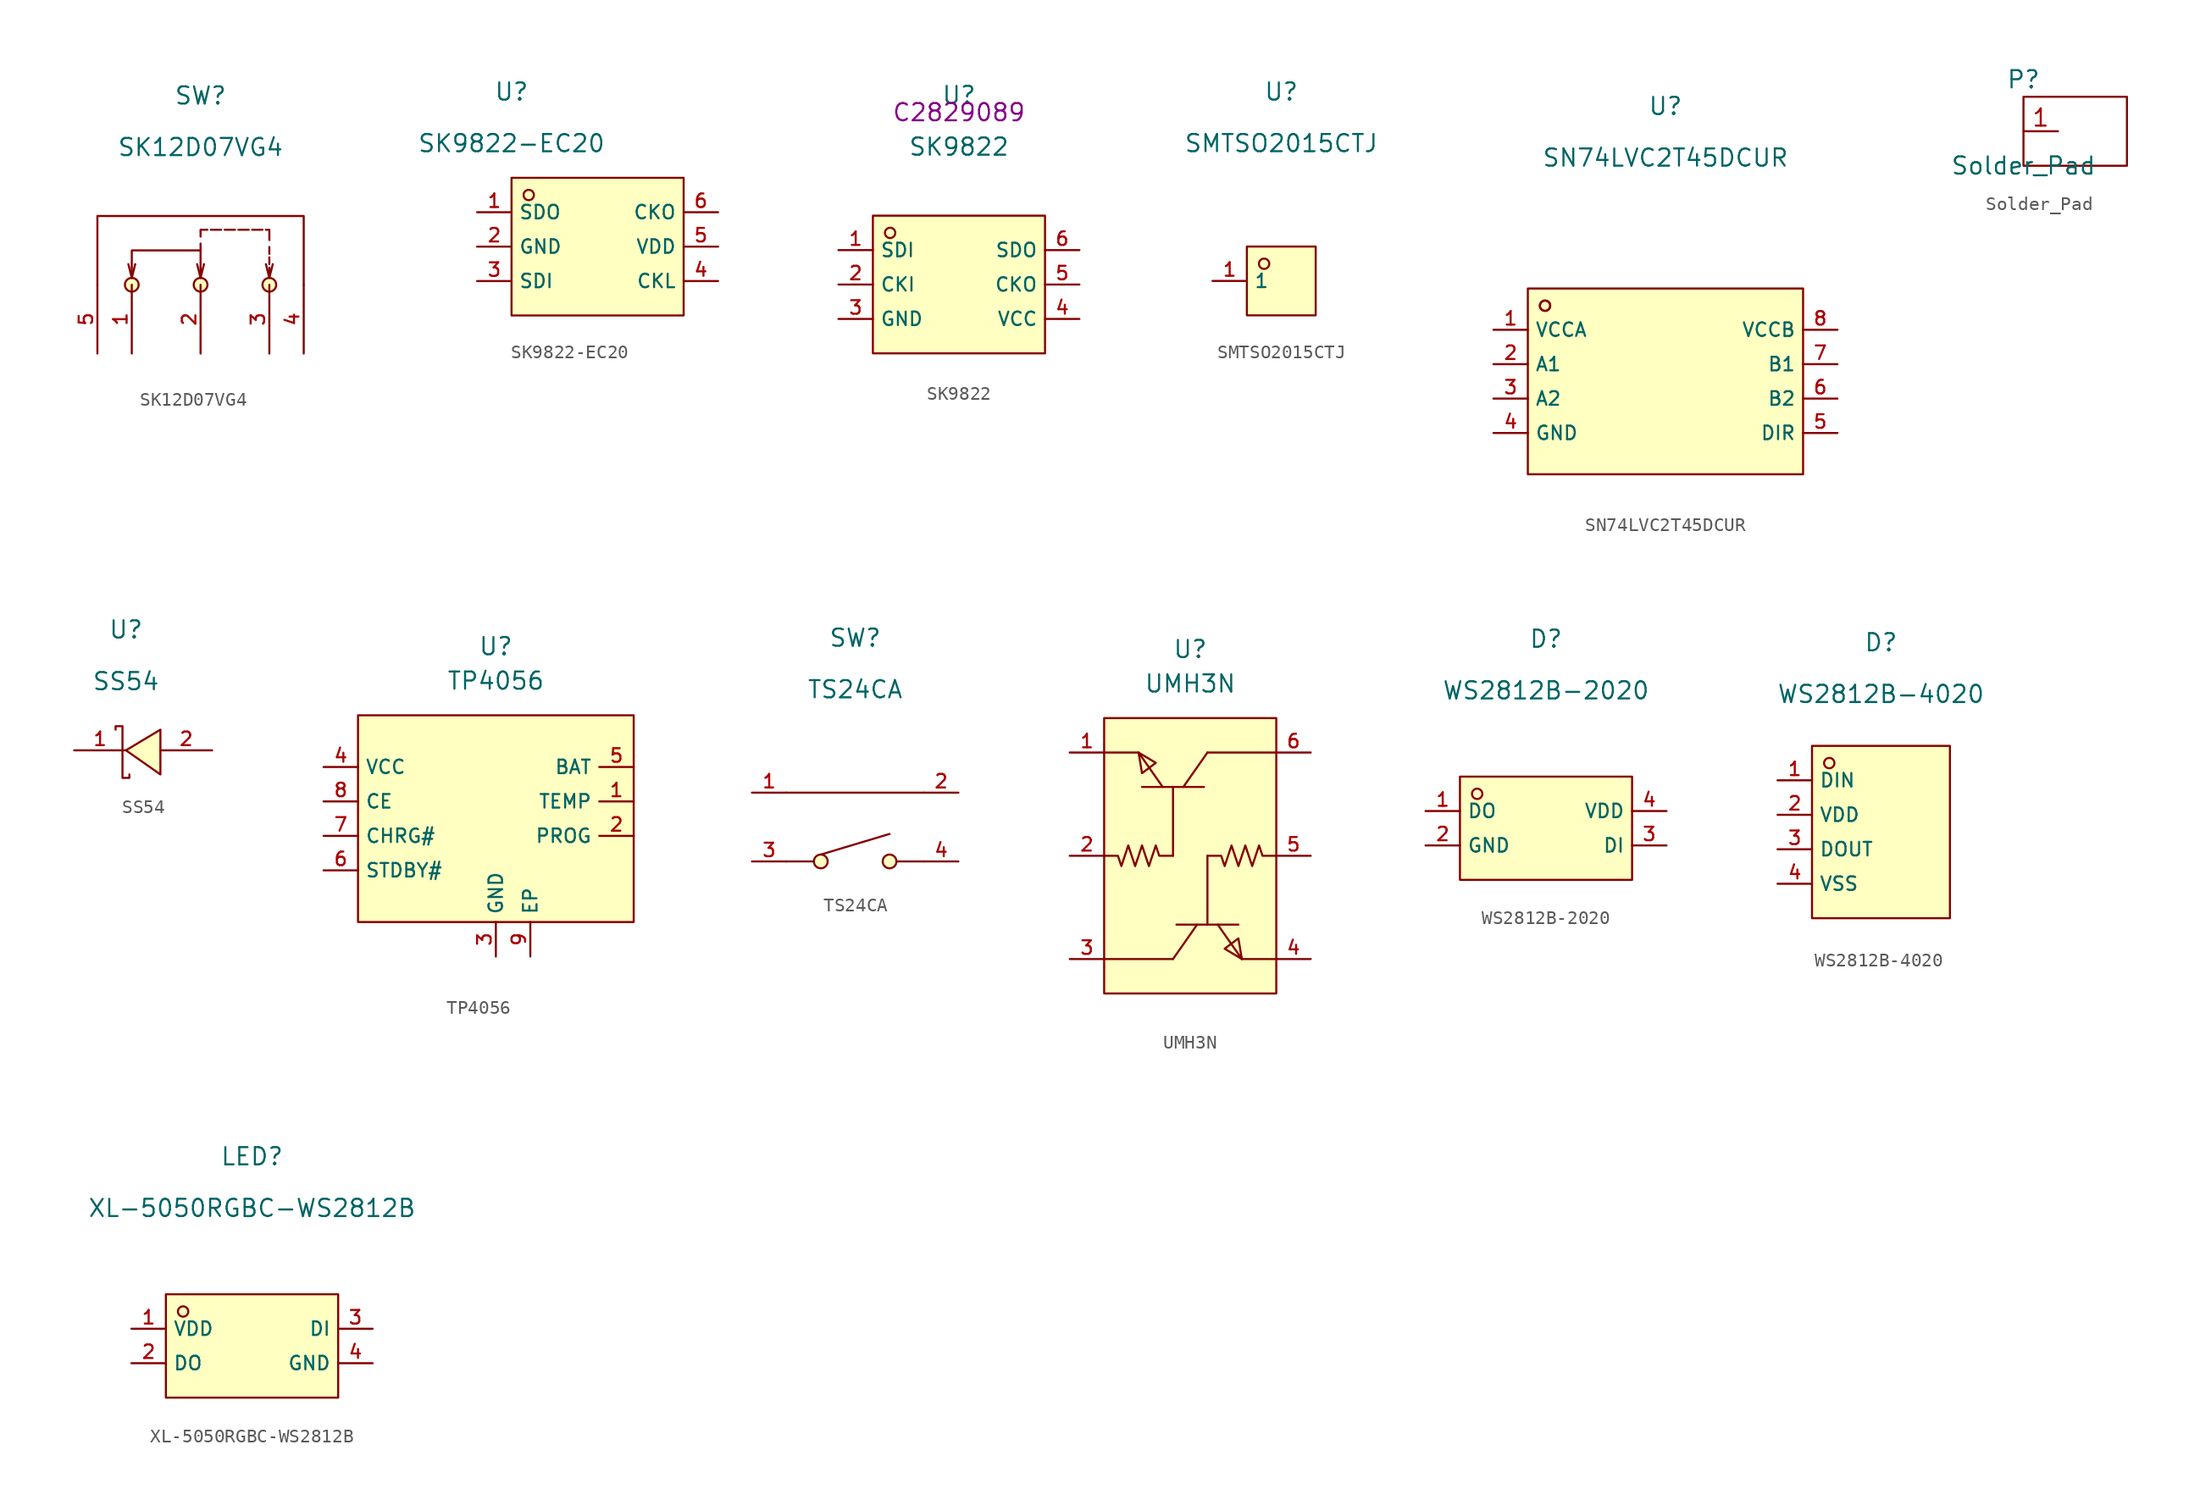
<source format=kicad_sym>
(kicad_symbol_lib
  (version 20220914)
  (generator kicad_symbol_editor)
  (symbol "SK12D07VG4"
    (pin_names hide)
    (property "Reference" "SW"
      (at 0 1.27 0)
      (effects (font (size 1.27 1.27))))
    (property "Value" "SK12D07VG4"
      (at 0 -2.54 0)
      (effects (font (size 1.27 1.27))))
    (symbol "SK12D07VG4_0_0"
      (circle (center -5.08 -12.7) (radius 0.508) (stroke (width 0) (type default)) (fill (type background)))
      (circle (center 0 -12.7) (radius 0.508) (stroke (width 0) (type default)) (fill (type background)))
      (polyline (pts (xy -5.08 -12.192) (xy -5.334 -11.176)) (stroke (width 0) (type default)) (fill (type none)))
      (polyline (pts (xy 0 -12.192) (xy -0.254 -11.176)) (stroke (width 0) (type default)) (fill (type none)))
      (polyline (pts (xy 0 -10.16) (xy 0 -9.652)) (stroke (width 0) (type default)) (fill (type none)))
      (polyline (pts (xy 0.762 -8.636) (xy 1.524 -8.636)) (stroke (width 0) (type default)) (fill (type none)))
      (polyline (pts (xy 1.778 -8.636) (xy 2.54 -8.636)) (stroke (width 0) (type default)) (fill (type none)))
      (polyline (pts (xy 2.794 -8.636) (xy 3.556 -8.636)) (stroke (width 0) (type default)) (fill (type none)))
      (polyline (pts (xy 3.81 -8.636) (xy 4.572 -8.636)) (stroke (width 0) (type default)) (fill (type none)))
      (polyline (pts (xy 5.08 -12.192) (xy 4.826 -11.176)) (stroke (width 0) (type default)) (fill (type none)))
      (polyline (pts (xy 5.08 -10.668) (xy 5.08 -11.176)) (stroke (width 0) (type default)) (fill (type none)))
      (polyline (pts (xy 5.08 -9.906) (xy 5.08 -10.414)) (stroke (width 0) (type default)) (fill (type none)))
      (polyline (pts (xy -5.08 -12.192) (xy -4.826 -11.176) (xy -4.826 -11.176)) (stroke (width 0) (type default)) (fill (type none)))
      (polyline (pts (xy 0 -9.144) (xy 0 -8.636) (xy 0.508 -8.636)) (stroke (width 0) (type default)) (fill (type none)))
      (polyline (pts (xy 4.826 -8.636) (xy 5.08 -8.636) (xy 5.08 -9.398)) (stroke (width 0) (type default)) (fill (type none)))
      (polyline (pts (xy 5.08 -11.43) (xy 5.08 -12.192) (xy 5.334 -11.176)) (stroke (width 0) (type default)) (fill (type none)))
      (polyline (pts (xy -7.62 -12.7) (xy -7.62 -7.62) (xy 7.62 -7.62) (xy 7.62 -12.7)) (stroke (width 0) (type default)) (fill (type none)))
      (polyline (pts (xy -5.08 -12.192) (xy -5.08 -10.16) (xy 0 -10.16) (xy 0 -12.192) (xy 0.254 -11.176)) (stroke (width 0) (type default)) (fill (type none)))
      (circle (center 5.08 -12.7) (radius 0.508) (stroke (width 0) (type default)) (fill (type background)))
      (pin unspecified line (at -5.08 -17.78 90) (length 5.08) (name "1" (effects (font (size 1 1)))) (number "1" (effects (font (size 1 1)))))
      (pin unspecified line (at 0 -17.78 90) (length 5.08) (name "2" (effects (font (size 1 1)))) (number "2" (effects (font (size 1 1)))))
      (pin unspecified line (at 5.08 -17.78 90) (length 5.08) (name "3" (effects (font (size 1 1)))) (number "3" (effects (font (size 1 1)))))
      (pin unspecified line (at 7.62 -17.78 90) (length 5.08) (name "4" (effects (font (size 1 1)))) (number "4" (effects (font (size 1 1)))))
      (pin unspecified line (at -7.62 -17.78 90) (length 5.08) (name "5" (effects (font (size 1 1)))) (number "5" (effects (font (size 1 1)))))))
  (symbol "SK9822-EC20"
    (property "Reference" "U"
      (at 0 1.27 0)
      (effects (font (size 1.27 1.27))))
    (property "Value" "SK9822-EC20"
      (at 0 -2.54 0)
      (effects (font (size 1.27 1.27))))
    (symbol "SK9822-EC20_0_0"
      (rectangle (start 0 -5.08) (end 12.7 -15.24) (stroke (width 0) (type default)) (fill (type background)))
      (circle (center 1.27 -6.35) (radius 0.381) (stroke (width 0) (type default)) (fill (type background)))
      (pin unspecified line (at -2.54 -7.62 0) (length 2.54) (name "SDO" (effects (font (size 1 1)))) (number "1" (effects (font (size 1 1)))))
      (pin unspecified line (at -2.54 -10.16 0) (length 2.54) (name "GND" (effects (font (size 1 1)))) (number "2" (effects (font (size 1 1)))))
      (pin unspecified line (at -2.54 -12.7 0) (length 2.54) (name "SDI" (effects (font (size 1 1)))) (number "3" (effects (font (size 1 1)))))
      (pin unspecified line (at 15.24 -12.7 180) (length 2.54) (name "CKL" (effects (font (size 1 1)))) (number "4" (effects (font (size 1 1)))))
      (pin unspecified line (at 15.24 -10.16 180) (length 2.54) (name "VDD" (effects (font (size 1 1)))) (number "5" (effects (font (size 1 1)))))
      (pin unspecified line (at 15.24 -7.62 180) (length 2.54) (name "CKO" (effects (font (size 1 1)))) (number "6" (effects (font (size 1 1)))))))
  (symbol "SK9822"
    (property "Reference" "U"
      (at 0 1.27 0)
      (effects (font (size 1.27 1.27))))
    (property "Value" "SK9822"
      (at 0 -2.54 0)
      (effects (font (size 1.27 1.27))))
    (property "LCSC" "C2829089"
      (at 0 0 0)
      (effects (font (size 1.27 1.27))))
    (symbol "SK9822_0_0"
      (rectangle (start -6.35 -7.62) (end 6.35 -17.78) (stroke (width 0) (type default)) (fill (type background)))
      (circle (center -5.08 -8.89) (radius 0.381) (stroke (width 0) (type default)) (fill (type background)))
      (pin unspecified line (at -8.89 -10.16 0) (length 2.54) (name "SDI" (effects (font (size 1 1)))) (number "1" (effects (font (size 1 1)))))
      (pin unspecified line (at -8.89 -12.7 0) (length 2.54) (name "CKI" (effects (font (size 1 1)))) (number "2" (effects (font (size 1 1)))))
      (pin unspecified line (at -8.89 -15.24 0) (length 2.54) (name "GND" (effects (font (size 1 1)))) (number "3" (effects (font (size 1 1)))))
      (pin unspecified line (at 8.89 -15.24 180) (length 2.54) (name "VCC" (effects (font (size 1 1)))) (number "4" (effects (font (size 1 1)))))
      (pin unspecified line (at 8.89 -12.7 180) (length 2.54) (name "CKO" (effects (font (size 1 1)))) (number "5" (effects (font (size 1 1)))))
      (pin unspecified line (at 8.89 -10.16 180) (length 2.54) (name "SDO" (effects (font (size 1 1)))) (number "6" (effects (font (size 1 1)))))))
  (symbol "SMTSO2015CTJ"
    (property "Reference" "U"
      (at 0 1.27 0)
      (effects (font (size 1.27 1.27))))
    (property "Value" "SMTSO2015CTJ"
      (at 0 -2.54 0)
      (effects (font (size 1.27 1.27))))
    (symbol "SMTSO2015CTJ_0_0"
      (rectangle (start -2.54 -10.16) (end 2.54 -15.24) (stroke (width 0) (type default)) (fill (type background)))
      (circle (center -1.27 -11.43) (radius 0.381) (stroke (width 0) (type default)) (fill (type background)))
      (pin unspecified line (at -5.08 -12.7 0) (length 2.54) (name "1" (effects (font (size 1 1)))) (number "1" (effects (font (size 1 1)))))))
  (symbol "SN74LVC2T45DCUR"
    (property "Reference" "U"
      (at 0 1.27 0)
      (effects (font (size 1.27 1.27))))
    (property "Value" "SN74LVC2T45DCUR"
      (at 0 -2.54 0)
      (effects (font (size 1.27 1.27))))
    (symbol "SN74LVC2T45DCUR_0_0"
      (rectangle (start -10.16 -12.192) (end 10.16 -25.908) (stroke (width 0) (type default)) (fill (type background)))
      (circle (center -8.89 -13.462) (radius 0.381) (stroke (width 0) (type default)) (fill (type background)))
      (circle (center -8.89 -13.462) (radius 0.381) (stroke (width 0) (type default)) (fill (type background)))
      (pin unspecified line (at -12.7 -15.24 0) (length 2.54) (name "VCCA" (effects (font (size 1 1)))) (number "1" (effects (font (size 1 1)))))
      (pin unspecified line (at -12.7 -17.78 0) (length 2.54) (name "A1" (effects (font (size 1 1)))) (number "2" (effects (font (size 1 1)))))
      (pin unspecified line (at -12.7 -20.32 0) (length 2.54) (name "A2" (effects (font (size 1 1)))) (number "3" (effects (font (size 1 1)))))
      (pin unspecified line (at -12.7 -22.86 0) (length 2.54) (name "GND" (effects (font (size 1 1)))) (number "4" (effects (font (size 1 1)))))
      (pin unspecified line (at 12.7 -22.86 180) (length 2.54) (name "DIR" (effects (font (size 1 1)))) (number "5" (effects (font (size 1 1)))))
      (pin unspecified line (at 12.7 -20.32 180) (length 2.54) (name "B2" (effects (font (size 1 1)))) (number "6" (effects (font (size 1 1)))))
      (pin unspecified line (at 12.7 -17.78 180) (length 2.54) (name "B1" (effects (font (size 1 1)))) (number "7" (effects (font (size 1 1)))))
      (pin unspecified line (at 12.7 -15.24 180) (length 2.54) (name "VCCB" (effects (font (size 1 1)))) (number "8" (effects (font (size 1 1)))))))
  (symbol "Solder_Pad"
    (property "Reference" "P"
      (at 0 3.81 0)
      (effects (font (size 1.27 1.27))))
    (property "Value" "Solder_Pad"
      (at 0 -2.54 0)
      (effects (font (size 1.27 1.27))))
    (symbol "Solder_Pad_0_1"
      (rectangle (start 0 2.54) (end 7.62 -2.54) (stroke (width 0.152) (type default)) (fill (type none))))
    (symbol "Solder_Pad_1_1"
      (pin bidirectional line (at 0 0 0) (length 2.54) (name "" (effects (font (size 1.27 1.27)))) (number "1" (effects (font (size 1.27 1.27)))))))
  (symbol "SS54"
    (pin_names hide)
    (property "Reference" "U"
      (at -1.27 8.89 0)
      (effects (font (size 1.27 1.27))))
    (property "Value" "SS54"
      (at -1.27 5.08 0)
      (effects (font (size 1.27 1.27))))
    (symbol "SS54_0_0"
      (polyline (pts (xy 1.27 1.524) (xy -1.27 0) (xy 1.27 -1.778) (xy 1.27 1.524)) (stroke (width 0) (type default)) (fill (type background)))
      (polyline (pts (xy -2.032 1.524) (xy -2.032 1.778) (xy -1.524 1.778) (xy -1.524 -2.032) (xy -1.016 -2.032) (xy -1.016 -1.778)) (stroke (width 0) (type default)) (fill (type none)))
      (pin unspecified line (at -5.08 0 0) (length 3.81) (name "K" (effects (font (size 1 1)))) (number "1" (effects (font (size 1 1)))))
      (pin unspecified line (at 5.08 0 180) (length 3.81) (name "A" (effects (font (size 1 1)))) (number "2" (effects (font (size 1 1)))))))
  (symbol "TP4056"
    (property "Reference" "U"
      (at 0 12.7 0)
      (effects (font (size 1.27 1.27))))
    (property "Value" "TP4056"
      (at 0 10.16 0)
      (effects (font (size 1.27 1.27))))
    (symbol "TP4056_0_0"
      (rectangle (start -10.16 7.62) (end 10.16 -7.62) (stroke (width 0) (type default)) (fill (type background)))
      (pin unspecified line (at 10.16 1.27 180) (length 2.54) (name "TEMP" (effects (font (size 1 1)))) (number "1" (effects (font (size 1 1)))))
      (pin unspecified line (at 10.16 -1.27 180) (length 2.54) (name "PROG" (effects (font (size 1 1)))) (number "2" (effects (font (size 1 1)))))
      (pin unspecified line (at 0 -10.16 90) (length 2.54) (name "GND" (effects (font (size 1 1)))) (number "3" (effects (font (size 1 1)))))
      (pin unspecified line (at -12.7 3.81 0) (length 2.54) (name "VCC" (effects (font (size 1 1)))) (number "4" (effects (font (size 1 1)))))
      (pin unspecified line (at 10.16 3.81 180) (length 2.54) (name "BAT" (effects (font (size 1 1)))) (number "5" (effects (font (size 1 1)))))
      (pin unspecified line (at -12.7 -3.81 0) (length 2.54) (name "STDBY#" (effects (font (size 1 1)))) (number "6" (effects (font (size 1 1)))))
      (pin unspecified line (at -12.7 -1.27 0) (length 2.54) (name "CHRG#" (effects (font (size 1 1)))) (number "7" (effects (font (size 1 1)))))
      (pin unspecified line (at -12.7 1.27 0) (length 2.54) (name "CE" (effects (font (size 1 1)))) (number "8" (effects (font (size 1 1)))))
      (pin unspecified line (at 2.54 -10.16 90) (length 2.54) (name "EP" (effects (font (size 1 1)))) (number "9" (effects (font (size 1 1)))))))
  (symbol "TS24CA"
    (pin_names hide)
    (property "Reference" "SW"
      (at 0 1.27 0)
      (effects (font (size 1.27 1.27))))
    (property "Value" "TS24CA"
      (at 0 -2.54 0)
      (effects (font (size 1.27 1.27))))
    (symbol "TS24CA_0_0"
      (circle (center -2.54 -15.24) (radius 0.508) (stroke (width 0) (type default)) (fill (type background)))
      (polyline (pts (xy -5.08 -10.16) (xy 5.08 -10.16)) (stroke (width 0) (type default)) (fill (type none)))
      (polyline (pts (xy -3.048 -15.24) (xy -5.08 -15.24)) (stroke (width 0) (type default)) (fill (type none)))
      (polyline (pts (xy 3.048 -15.24) (xy 5.08 -15.24)) (stroke (width 0) (type default)) (fill (type none)))
      (polyline (pts (xy -2.54 -14.732) (xy 2.54 -13.208) (xy 2.54 -13.208)) (stroke (width 0) (type default)) (fill (type none)))
      (circle (center 2.54 -15.24) (radius 0.508) (stroke (width 0) (type default)) (fill (type background)))
      (pin unspecified line (at -7.62 -10.16 0) (length 2.54) (name "1" (effects (font (size 1 1)))) (number "1" (effects (font (size 1 1)))))
      (pin unspecified line (at 7.62 -10.16 180) (length 2.54) (name "2" (effects (font (size 1 1)))) (number "2" (effects (font (size 1 1)))))
      (pin unspecified line (at -7.62 -15.24 0) (length 2.54) (name "3" (effects (font (size 1 1)))) (number "3" (effects (font (size 1 1)))))
      (pin unspecified line (at 7.62 -15.24 180) (length 2.54) (name "4" (effects (font (size 1 1)))) (number "4" (effects (font (size 1 1)))))))
  (symbol "UMH3N"
    (pin_names hide)
    (property "Reference" "U"
      (at 0 13.97 0)
      (effects (font (size 1.27 1.27))))
    (property "Value" "UMH3N"
      (at 0 11.43 0)
      (effects (font (size 1.27 1.27))))
    (symbol "UMH3N_0_0"
      (polyline (pts (xy -3.81 6.35) (xy -6.35 6.35)) (stroke (width 0) (type default)) (fill (type none)))
      (polyline (pts (xy -2.032 3.81) (xy -3.81 6.35)) (stroke (width 0) (type default)) (fill (type none)))
      (polyline (pts (xy -1.27 -8.89) (xy -6.35 -8.89)) (stroke (width 0) (type default)) (fill (type none)))
      (polyline (pts (xy -1.27 -8.89) (xy 0.508 -6.35)) (stroke (width 0) (type default)) (fill (type none)))
      (polyline (pts (xy -1.27 3.81) (xy -1.27 -1.27)) (stroke (width 0) (type default)) (fill (type none)))
      (polyline (pts (xy -1.016 -6.35) (xy 3.556 -6.35)) (stroke (width 0) (type default)) (fill (type none)))
      (polyline (pts (xy 1.016 3.81) (xy -3.556 3.81)) (stroke (width 0) (type default)) (fill (type none)))
      (polyline (pts (xy 1.27 -1.27) (xy 1.27 -6.35)) (stroke (width 0) (type default)) (fill (type none)))
      (polyline (pts (xy 1.27 6.35) (xy -0.508 3.81)) (stroke (width 0) (type default)) (fill (type none)))
      (polyline (pts (xy 2.032 -6.35) (xy 3.81 -8.89)) (stroke (width 0) (type default)) (fill (type none)))
      (polyline (pts (xy 6.35 -8.89) (xy 3.81 -8.89)) (stroke (width 0) (type default)) (fill (type none)))
      (polyline (pts (xy 6.35 6.35) (xy 1.27 6.35)) (stroke (width 0) (type default)) (fill (type none)))
      (polyline (pts (xy -3.81 6.35) (xy -2.54 5.588) (xy -3.556 4.826) (xy -3.81 6.35)) (stroke (width 0) (type default)) (fill (type background)))
      (polyline (pts (xy 3.81 -8.89) (xy 2.54 -8.128) (xy 3.556 -7.366) (xy 3.81 -8.89)) (stroke (width 0) (type default)) (fill (type background)))
      (polyline (pts (xy -1.27 -1.27) (xy -2.286 -1.27) (xy -2.54 -0.508) (xy -3.048 -2.032) (xy -3.556 -0.508) (xy -4.064 -2.032) (xy -4.572 -0.508) (xy -5.08 -2.032) (xy -5.334 -1.27) (xy -6.35 -1.27)) (stroke (width 0) (type default)) (fill (type none)))
      (polyline (pts (xy 1.27 -1.27) (xy 2.286 -1.27) (xy 2.54 -2.032) (xy 3.048 -0.508) (xy 3.556 -2.032) (xy 4.064 -0.508) (xy 4.572 -2.032) (xy 5.08 -0.508) (xy 5.334 -1.27) (xy 6.35 -1.27)) (stroke (width 0) (type default)) (fill (type none)))
      (rectangle (start 6.35 8.89) (end -6.35 -11.43) (stroke (width 0) (type default)) (fill (type background)))
      (pin unspecified line (at -8.89 6.35 0) (length 2.54) (name "E" (effects (font (size 1 1)))) (number "1" (effects (font (size 1 1)))))
      (pin unspecified line (at -8.89 -1.27 0) (length 2.54) (name "B" (effects (font (size 1 1)))) (number "2" (effects (font (size 1 1)))))
      (pin unspecified line (at -8.89 -8.89 0) (length 2.54) (name "C" (effects (font (size 1 1)))) (number "3" (effects (font (size 1 1)))))
      (pin unspecified line (at 8.89 -8.89 180) (length 2.54) (name "E" (effects (font (size 1 1)))) (number "4" (effects (font (size 1 1)))))
      (pin unspecified line (at 8.89 -1.27 180) (length 2.54) (name "B" (effects (font (size 1 1)))) (number "5" (effects (font (size 1 1)))))
      (pin unspecified line (at 8.89 6.35 180) (length 2.54) (name "C" (effects (font (size 1 1)))) (number "6" (effects (font (size 1 1)))))))
  (symbol "WS2812B-2020"
    (property "Reference" "D"
      (at 0 1.27 0)
      (effects (font (size 1.27 1.27))))
    (property "Value" "WS2812B-2020"
      (at 0 -2.54 0)
      (effects (font (size 1.27 1.27))))
    (symbol "WS2812B-2020_0_0"
      (rectangle (start -6.35 -8.89) (end 6.35 -16.51) (stroke (width 0) (type default)) (fill (type background)))
      (circle (center -5.08 -10.16) (radius 0.381) (stroke (width 0) (type default)) (fill (type background)))
      (pin unspecified line (at -8.89 -11.43 0) (length 2.54) (name "DO" (effects (font (size 1 1)))) (number "1" (effects (font (size 1 1)))))
      (pin unspecified line (at -8.89 -13.97 0) (length 2.54) (name "GND" (effects (font (size 1 1)))) (number "2" (effects (font (size 1 1)))))
      (pin unspecified line (at 8.89 -13.97 180) (length 2.54) (name "DI" (effects (font (size 1 1)))) (number "3" (effects (font (size 1 1)))))
      (pin unspecified line (at 8.89 -11.43 180) (length 2.54) (name "VDD" (effects (font (size 1 1)))) (number "4" (effects (font (size 1 1)))))))
  (symbol "WS2812B-4020"
    (property "Reference" "D"
      (at 0 1.27 0)
      (effects (font (size 1.27 1.27))))
    (property "Value" "WS2812B-4020"
      (at 0 -2.54 0)
      (effects (font (size 1.27 1.27))))
    (symbol "WS2812B-4020_0_0"
      (rectangle (start -5.08 -6.35) (end 5.08 -19.05) (stroke (width 0) (type default)) (fill (type background)))
      (circle (center -3.81 -7.62) (radius 0.381) (stroke (width 0) (type default)) (fill (type background)))
      (pin unspecified line (at -7.62 -8.89 0) (length 2.54) (name "DIN" (effects (font (size 1 1)))) (number "1" (effects (font (size 1 1)))))
      (pin unspecified line (at -7.62 -11.43 0) (length 2.54) (name "VDD" (effects (font (size 1 1)))) (number "2" (effects (font (size 1 1)))))
      (pin unspecified line (at -7.62 -13.97 0) (length 2.54) (name "DOUT" (effects (font (size 1 1)))) (number "3" (effects (font (size 1 1)))))
      (pin unspecified line (at -7.62 -16.51 0) (length 2.54) (name "VSS" (effects (font (size 1 1)))) (number "4" (effects (font (size 1 1)))))))
  (symbol "XL-5050RGBC-WS2812B"
    (property "Reference" "LED"
      (at 0 1.27 0)
      (effects (font (size 1.27 1.27))))
    (property "Value" "XL-5050RGBC-WS2812B"
      (at 0 -2.54 0)
      (effects (font (size 1.27 1.27))))
    (symbol "XL-5050RGBC-WS2812B_0_0"
      (rectangle (start -6.35 -8.89) (end 6.35 -16.51) (stroke (width 0) (type default)) (fill (type background)))
      (circle (center -5.08 -10.16) (radius 0.381) (stroke (width 0) (type default)) (fill (type background)))
      (pin unspecified line (at -8.89 -11.43 0) (length 2.54) (name "VDD" (effects (font (size 1 1)))) (number "1" (effects (font (size 1 1)))))
      (pin unspecified line (at -8.89 -13.97 0) (length 2.54) (name "DO" (effects (font (size 1 1)))) (number "2" (effects (font (size 1 1)))))
      (pin unspecified line (at 8.89 -11.43 180) (length 2.54) (name "DI" (effects (font (size 1 1)))) (number "3" (effects (font (size 1 1)))))
      (pin unspecified line (at 8.89 -13.97 180) (length 2.54) (name "GND" (effects (font (size 1 1)))) (number "4" (effects (font (size 1 1))))))))
</source>
